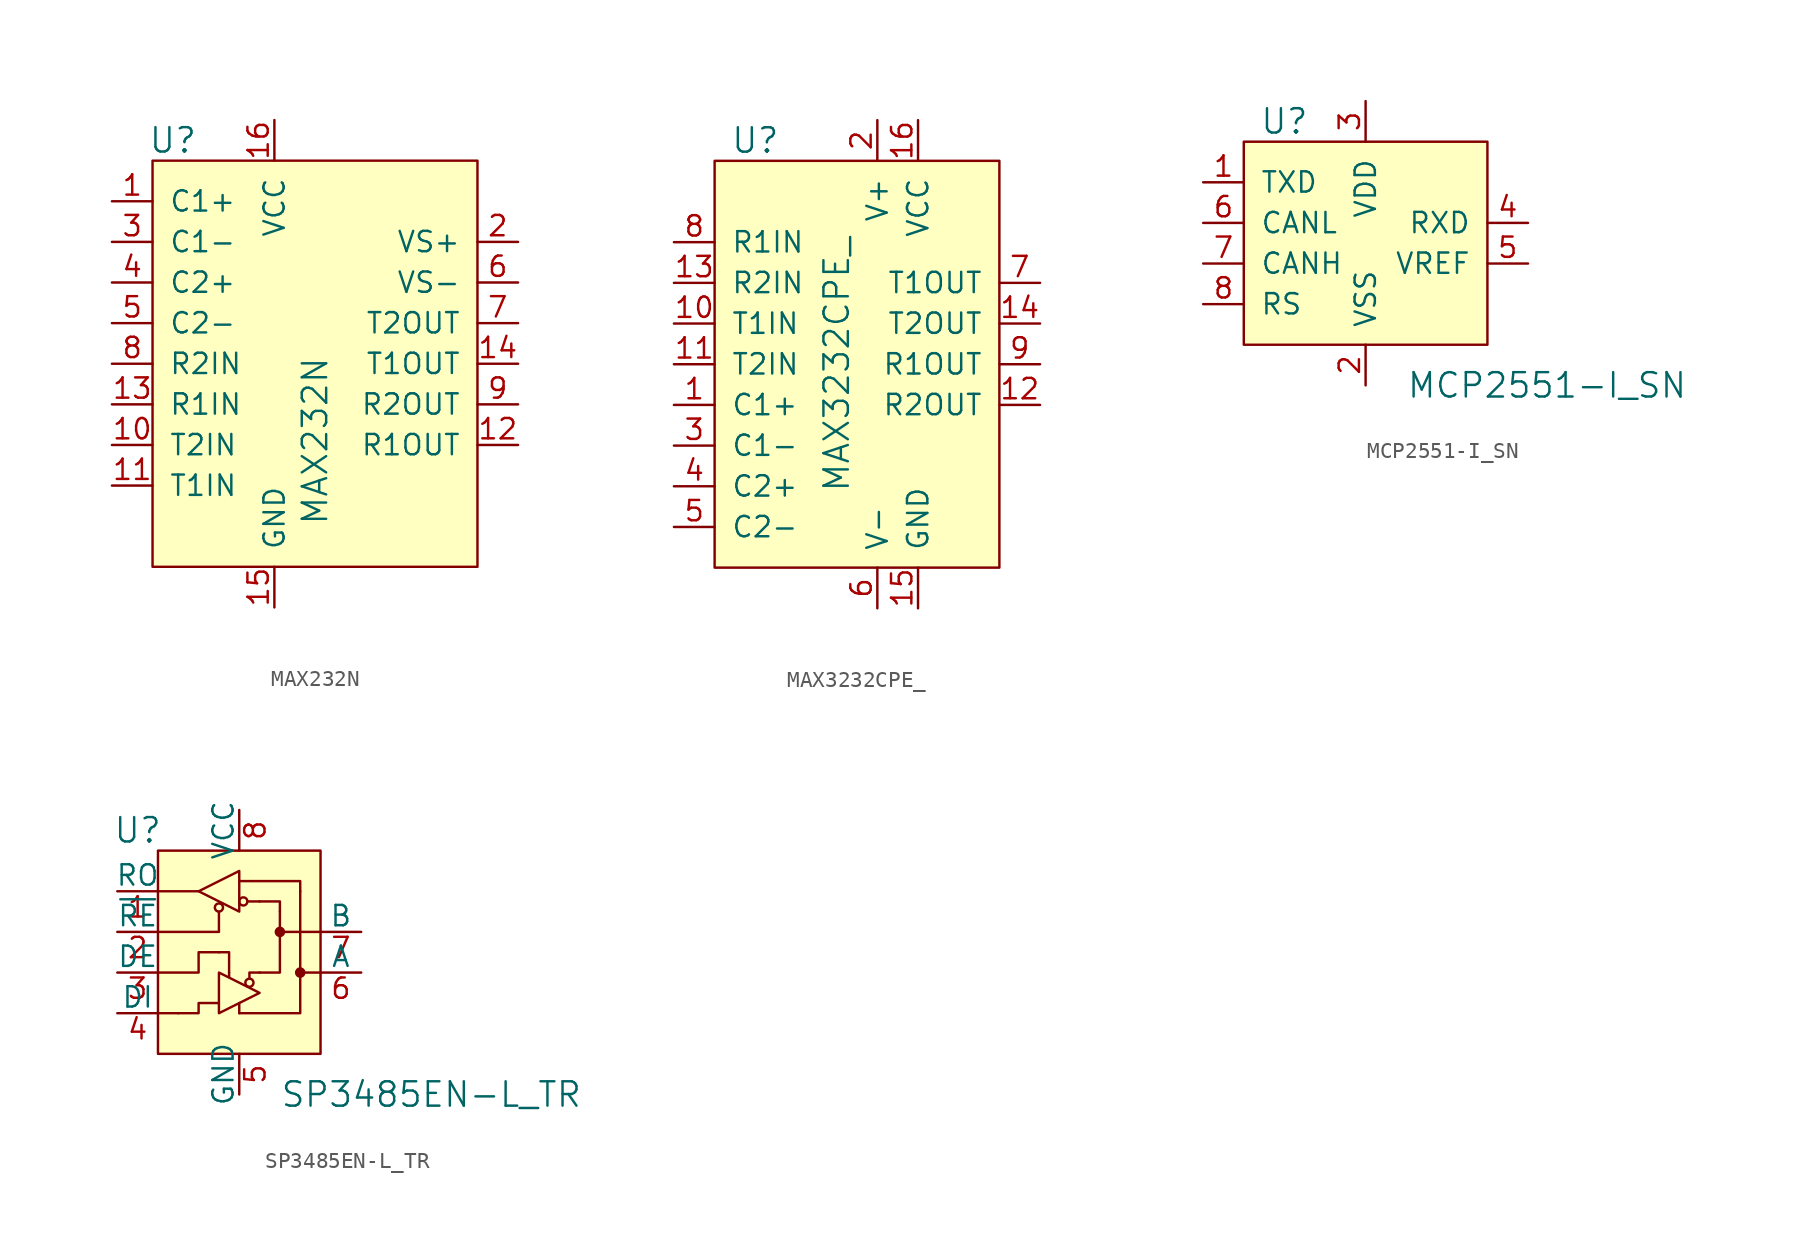
<source format=kicad_sym>
(kicad_symbol_lib
  (version 20220914)
  (generator kicad_symbol_editor)
  (symbol "MAX232N"
    (pin_names
      (offset 1.016))
    (property "Reference" "U"
      (at -8.89 11.43 0)
      (effects (font (size 1.524 1.524))))
    (property "Value" "MAX232N"
      (at 0 -12.7 90)
      (effects (font (size 1.524 1.524)) (justify left)))
    (symbol "MAX232N_0_1"
      (rectangle (start -10.16 10.16) (end 10.16 -15.24) (stroke (width 0) (type default)) (fill (type background))))
    (symbol "MAX232N_1_1"
      (pin passive line (at -12.7 7.62 0) (length 2.54) (name "C1+" (effects (font (size 1.27 1.27)))) (number "1" (effects (font (size 1.27 1.27)))))
      (pin input line (at -12.7 -7.62 0) (length 2.54) (name "T2IN" (effects (font (size 1.27 1.27)))) (number "10" (effects (font (size 1.27 1.27)))))
      (pin input line (at -12.7 -10.16 0) (length 2.54) (name "T1IN" (effects (font (size 1.27 1.27)))) (number "11" (effects (font (size 1.27 1.27)))))
      (pin output line (at 12.7 -7.62 180) (length 2.54) (name "R1OUT" (effects (font (size 1.27 1.27)))) (number "12" (effects (font (size 1.27 1.27)))))
      (pin input line (at -12.7 -5.08 0) (length 2.54) (name "R1IN" (effects (font (size 1.27 1.27)))) (number "13" (effects (font (size 1.27 1.27)))))
      (pin output line (at 12.7 -2.54 180) (length 2.54) (name "T1OUT" (effects (font (size 1.27 1.27)))) (number "14" (effects (font (size 1.27 1.27)))))
      (pin power_in line (at -2.54 -17.78 90) (length 2.54) (name "GND" (effects (font (size 1.27 1.27)))) (number "15" (effects (font (size 1.27 1.27)))))
      (pin power_in line (at -2.54 12.7 270) (length 2.54) (name "VCC" (effects (font (size 1.27 1.27)))) (number "16" (effects (font (size 1.27 1.27)))))
      (pin output line (at 12.7 5.08 180) (length 2.54) (name "VS+" (effects (font (size 1.27 1.27)))) (number "2" (effects (font (size 1.27 1.27)))))
      (pin passive line (at -12.7 5.08 0) (length 2.54) (name "C1-" (effects (font (size 1.27 1.27)))) (number "3" (effects (font (size 1.27 1.27)))))
      (pin passive line (at -12.7 2.54 0) (length 2.54) (name "C2+" (effects (font (size 1.27 1.27)))) (number "4" (effects (font (size 1.27 1.27)))))
      (pin passive line (at -12.7 0 0) (length 2.54) (name "C2-" (effects (font (size 1.27 1.27)))) (number "5" (effects (font (size 1.27 1.27)))))
      (pin output line (at 12.7 2.54 180) (length 2.54) (name "VS-" (effects (font (size 1.27 1.27)))) (number "6" (effects (font (size 1.27 1.27)))))
      (pin output line (at 12.7 0 180) (length 2.54) (name "T2OUT" (effects (font (size 1.27 1.27)))) (number "7" (effects (font (size 1.27 1.27)))))
      (pin input line (at -12.7 -2.54 0) (length 2.54) (name "R2IN" (effects (font (size 1.27 1.27)))) (number "8" (effects (font (size 1.27 1.27)))))
      (pin output line (at 12.7 -5.08 180) (length 2.54) (name "R2OUT" (effects (font (size 1.27 1.27)))) (number "9" (effects (font (size 1.27 1.27)))))))
  (symbol "MAX3232CPE_"
    (pin_names
      (offset 1.016))
    (property "Reference" "U"
      (at -5.08 6.35 0)
      (effects (font (size 1.524 1.524))))
    (property "Value" "MAX3232CPE_"
      (at 0 -7.62 90)
      (effects (font (size 1.524 1.524))))
    (symbol "MAX3232CPE__0_1"
      (rectangle (start -7.62 5.08) (end 10.16 -20.32) (stroke (width 0) (type default)) (fill (type background))))
    (symbol "MAX3232CPE__1_1"
      (pin passive line (at -10.16 -10.16 0) (length 2.54) (name "C1+" (effects (font (size 1.27 1.27)))) (number "1" (effects (font (size 1.27 1.27)))))
      (pin input line (at -10.16 -5.08 0) (length 2.54) (name "T1IN" (effects (font (size 1.27 1.27)))) (number "10" (effects (font (size 1.27 1.27)))))
      (pin input line (at -10.16 -7.62 0) (length 2.54) (name "T2IN" (effects (font (size 1.27 1.27)))) (number "11" (effects (font (size 1.27 1.27)))))
      (pin output line (at 12.7 -10.16 180) (length 2.54) (name "R2OUT" (effects (font (size 1.27 1.27)))) (number "12" (effects (font (size 1.27 1.27)))))
      (pin input line (at -10.16 -2.54 0) (length 2.54) (name "R2IN" (effects (font (size 1.27 1.27)))) (number "13" (effects (font (size 1.27 1.27)))))
      (pin output line (at 12.7 -5.08 180) (length 2.54) (name "T2OUT" (effects (font (size 1.27 1.27)))) (number "14" (effects (font (size 1.27 1.27)))))
      (pin power_in line (at 5.08 -22.86 90) (length 2.54) (name "GND" (effects (font (size 1.27 1.27)))) (number "15" (effects (font (size 1.27 1.27)))))
      (pin power_in line (at 5.08 7.62 270) (length 2.54) (name "VCC" (effects (font (size 1.27 1.27)))) (number "16" (effects (font (size 1.27 1.27)))))
      (pin power_in line (at 2.54 7.62 270) (length 2.54) (name "V+" (effects (font (size 1.27 1.27)))) (number "2" (effects (font (size 1.27 1.27)))))
      (pin passive line (at -10.16 -12.7 0) (length 2.54) (name "C1-" (effects (font (size 1.27 1.27)))) (number "3" (effects (font (size 1.27 1.27)))))
      (pin passive line (at -10.16 -15.24 0) (length 2.54) (name "C2+" (effects (font (size 1.27 1.27)))) (number "4" (effects (font (size 1.27 1.27)))))
      (pin passive line (at -10.16 -17.78 0) (length 2.54) (name "C2-" (effects (font (size 1.27 1.27)))) (number "5" (effects (font (size 1.27 1.27)))))
      (pin power_in line (at 2.54 -22.86 90) (length 2.54) (name "V-" (effects (font (size 1.27 1.27)))) (number "6" (effects (font (size 1.27 1.27)))))
      (pin output line (at 12.7 -2.54 180) (length 2.54) (name "T1OUT" (effects (font (size 1.27 1.27)))) (number "7" (effects (font (size 1.27 1.27)))))
      (pin input line (at -10.16 0 0) (length 2.54) (name "R1IN" (effects (font (size 1.27 1.27)))) (number "8" (effects (font (size 1.27 1.27)))))
      (pin output line (at 12.7 -7.62 180) (length 2.54) (name "R1OUT" (effects (font (size 1.27 1.27)))) (number "9" (effects (font (size 1.27 1.27)))))))
  (symbol "MCP2551-I_SN"
    (pin_names
      (offset 1.016))
    (property "Reference" "U"
      (at -5.08 8.89 0)
      (effects (font (size 1.524 1.524))))
    (property "Value" "MCP2551-I_SN"
      (at 2.54 -7.62 0)
      (effects (font (size 1.524 1.524)) (justify left)))
    (symbol "MCP2551-I_SN_0_1"
      (rectangle (start -7.62 7.62) (end 7.62 -5.08) (stroke (width 0) (type default)) (fill (type background))))
    (symbol "MCP2551-I_SN_1_1"
      (pin input line (at -10.16 5.08 0) (length 2.54) (name "TXD" (effects (font (size 1.27 1.27)))) (number "1" (effects (font (size 1.27 1.27)))))
      (pin power_in line (at 0 -7.62 90) (length 2.54) (name "VSS" (effects (font (size 1.27 1.27)))) (number "2" (effects (font (size 1.27 1.27)))))
      (pin power_in line (at 0 10.16 270) (length 2.54) (name "VDD" (effects (font (size 1.27 1.27)))) (number "3" (effects (font (size 1.27 1.27)))))
      (pin output line (at 10.16 2.54 180) (length 2.54) (name "RXD" (effects (font (size 1.27 1.27)))) (number "4" (effects (font (size 1.27 1.27)))))
      (pin output line (at 10.16 0 180) (length 2.54) (name "VREF" (effects (font (size 1.27 1.27)))) (number "5" (effects (font (size 1.27 1.27)))))
      (pin bidirectional line (at -10.16 2.54 0) (length 2.54) (name "CANL" (effects (font (size 1.27 1.27)))) (number "6" (effects (font (size 1.27 1.27)))))
      (pin bidirectional line (at -10.16 0 0) (length 2.54) (name "CANH" (effects (font (size 1.27 1.27)))) (number "7" (effects (font (size 1.27 1.27)))))
      (pin input line (at -10.16 -2.54 0) (length 2.54) (name "RS" (effects (font (size 1.27 1.27)))) (number "8" (effects (font (size 1.27 1.27)))))))
  (symbol "SP3485EN-L_TR"
    (pin_names
      (offset 0))
    (property "Reference" "U"
      (at -6.35 1.27 0)
      (effects (font (size 1.524 1.524))))
    (property "Value" "SP3485EN-L_TR"
      (at 2.54 -15.24 0)
      (effects (font (size 1.524 1.524)) (justify left)))
    (symbol "SP3485EN-L_TR_0_1"
      (rectangle (start -5.08 0) (end 5.08 -12.7) (stroke (width 0) (type default)) (fill (type background)))
      (circle (center -1.27 -3.556) (radius 0.254) (stroke (width 0) (type default)) (fill (type none)))
      (polyline (pts (xy -5.08 -10.16) (xy -3.81 -10.16)) (stroke (width 0) (type default)) (fill (type none)))
      (polyline (pts (xy -2.54 -2.54) (xy -5.08 -2.54)) (stroke (width 0) (type default)) (fill (type none)))
      (polyline (pts (xy -0.635 -7.62) (xy -0.635 -7.874)) (stroke (width 0) (type default)) (fill (type none)))
      (polyline (pts (xy 0 -10.16) (xy 0 -9.525)) (stroke (width 0) (type default)) (fill (type none)))
      (polyline (pts (xy 1.27 -3.175) (xy 0.508 -3.175)) (stroke (width 0) (type default)) (fill (type none)))
      (polyline (pts (xy 5.08 -7.62) (xy 3.81 -7.62)) (stroke (width 0) (type default)) (fill (type none)))
      (polyline (pts (xy 5.08 -5.08) (xy 2.54 -5.08)) (stroke (width 0) (type default)) (fill (type none)))
      (polyline (pts (xy -5.08 -5.08) (xy -1.27 -5.08) (xy -1.27 -3.81)) (stroke (width 0) (type default)) (fill (type none)))
      (polyline (pts (xy -1.27 -6.35) (xy -0.635 -6.35) (xy -0.635 -7.62)) (stroke (width 0) (type default)) (fill (type none)))
      (polyline (pts (xy 0 -10.16) (xy 3.81 -10.16) (xy 3.81 -2.54)) (stroke (width 0) (type default)) (fill (type none)))
      (polyline (pts (xy 1.27 -7.62) (xy 0.635 -7.62) (xy 0.635 -8.001)) (stroke (width 0) (type default)) (fill (type none)))
      (polyline (pts (xy 1.27 -7.62) (xy 2.54 -7.62) (xy 2.54 -3.81)) (stroke (width 0) (type default)) (fill (type none)))
      (polyline (pts (xy 2.54 -3.81) (xy 2.54 -3.175) (xy 1.27 -3.175)) (stroke (width 0) (type default)) (fill (type none)))
      (polyline (pts (xy 3.81 -2.54) (xy 3.81 -1.905) (xy 0 -1.905)) (stroke (width 0) (type default)) (fill (type none)))
      (polyline (pts (xy -5.08 -7.62) (xy -2.54 -7.62) (xy -2.54 -6.35) (xy -1.27 -6.35)) (stroke (width 0) (type default)) (fill (type none)))
      (polyline (pts (xy -1.27 -9.525) (xy -2.54 -9.525) (xy -2.54 -10.16) (xy -3.81 -10.16)) (stroke (width 0) (type default)) (fill (type none)))
      (polyline (pts (xy -1.27 -7.62) (xy -1.27 -10.16) (xy 1.27 -8.89) (xy -1.27 -7.62)) (stroke (width 0) (type default)) (fill (type none)))
      (polyline (pts (xy 0 -1.27) (xy 0 -3.81) (xy -2.54 -2.54) (xy 0 -1.27)) (stroke (width 0) (type default)) (fill (type none)))
      (circle (center 0.254 -3.175) (radius 0.254) (stroke (width 0) (type default)) (fill (type none)))
      (circle (center 0.635 -8.255) (radius 0.254) (stroke (width 0) (type default)) (fill (type none)))
      (circle (center 2.54 -5.08) (radius 0.254) (stroke (width 0) (type default)) (fill (type outline)))
      (circle (center 3.81 -7.62) (radius 0.254) (stroke (width 0) (type default)) (fill (type outline))))
    (symbol "SP3485EN-L_TR_1_1"
      (pin output line (at -7.62 -2.54 0) (length 2.54) (name "RO" (effects (font (size 1.27 1.27)))) (number "1" (effects (font (size 1.27 1.27)))))
      (pin output line (at -7.62 -5.08 0) (length 2.54) (name "~{RE}" (effects (font (size 1.27 1.27)))) (number "2" (effects (font (size 1.27 1.27)))))
      (pin output line (at -7.62 -7.62 0) (length 2.54) (name "DE" (effects (font (size 1.27 1.27)))) (number "3" (effects (font (size 1.27 1.27)))))
      (pin input line (at -7.62 -10.16 0) (length 2.54) (name "DI" (effects (font (size 1.27 1.27)))) (number "4" (effects (font (size 1.27 1.27)))))
      (pin power_in line (at 0 -15.24 90) (length 2.54) (name "GND" (effects (font (size 1.27 1.27)))) (number "5" (effects (font (size 1.27 1.27)))))
      (pin bidirectional line (at 7.62 -7.62 180) (length 2.54) (name "A" (effects (font (size 1.27 1.27)))) (number "6" (effects (font (size 1.27 1.27)))))
      (pin bidirectional line (at 7.62 -5.08 180) (length 2.54) (name "B" (effects (font (size 1.27 1.27)))) (number "7" (effects (font (size 1.27 1.27)))))
      (pin power_in line (at 0 2.54 270) (length 2.54) (name "VCC" (effects (font (size 1.27 1.27)))) (number "8" (effects (font (size 1.27 1.27))))))))
</source>
